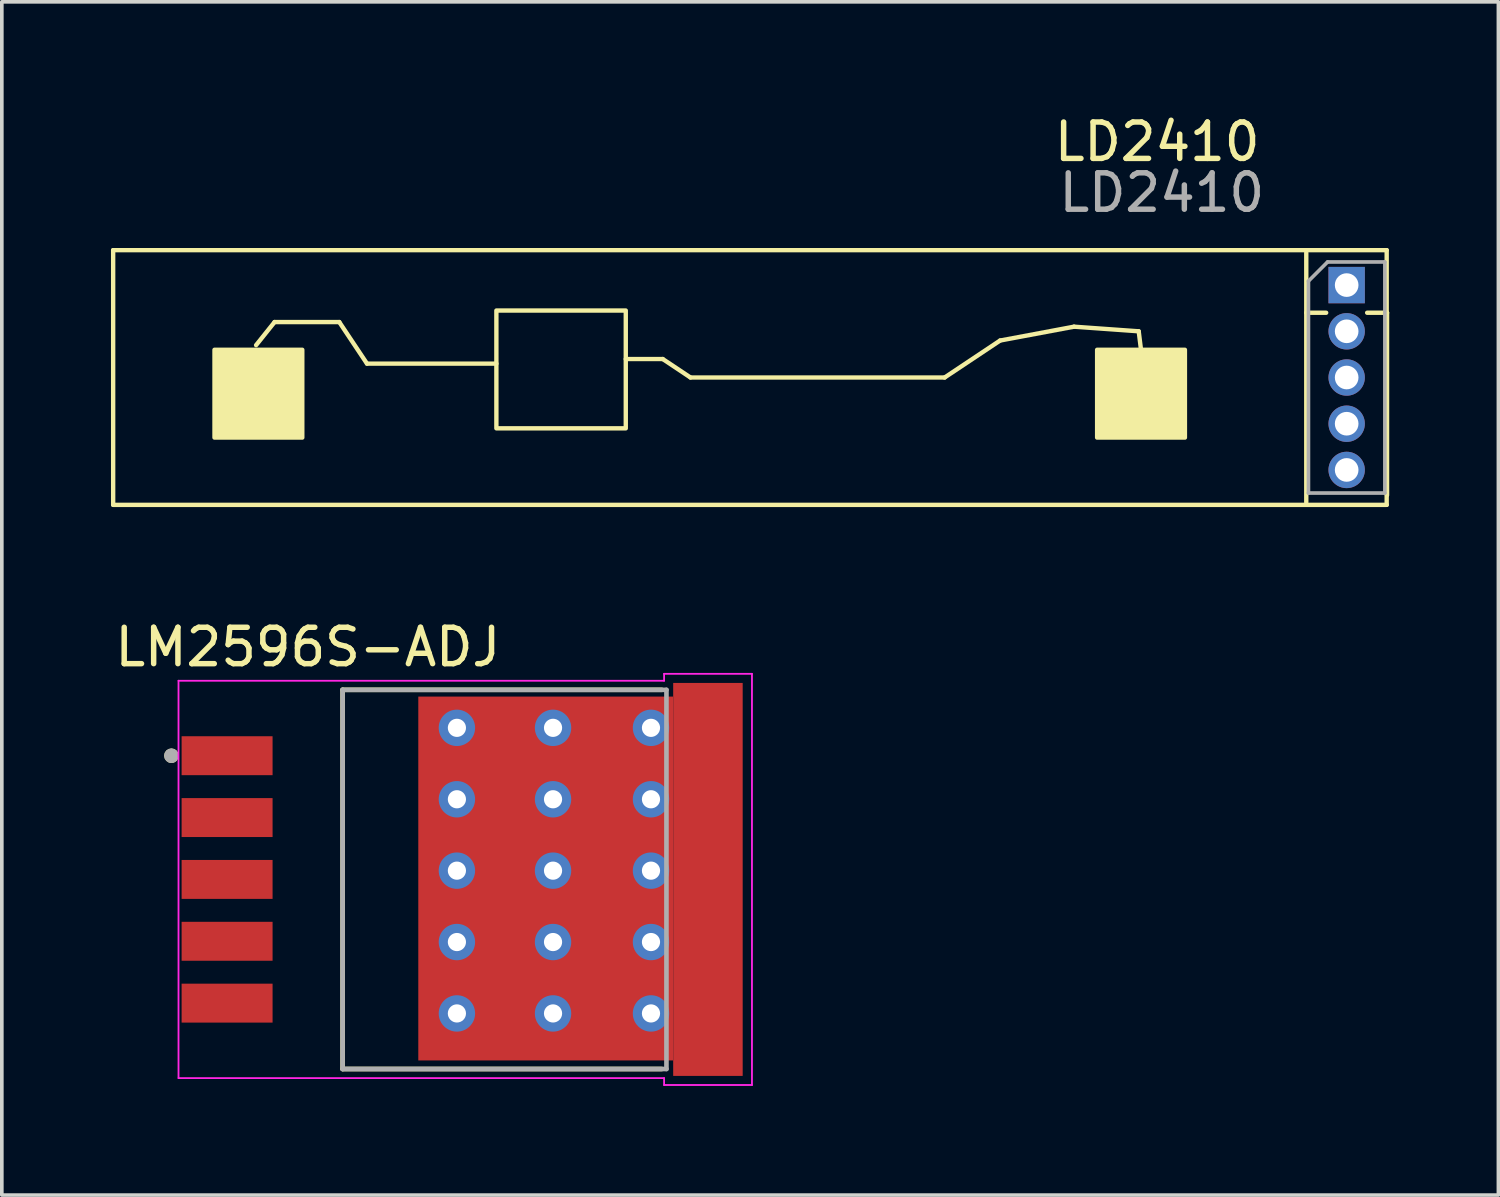
<source format=kicad_pcb>
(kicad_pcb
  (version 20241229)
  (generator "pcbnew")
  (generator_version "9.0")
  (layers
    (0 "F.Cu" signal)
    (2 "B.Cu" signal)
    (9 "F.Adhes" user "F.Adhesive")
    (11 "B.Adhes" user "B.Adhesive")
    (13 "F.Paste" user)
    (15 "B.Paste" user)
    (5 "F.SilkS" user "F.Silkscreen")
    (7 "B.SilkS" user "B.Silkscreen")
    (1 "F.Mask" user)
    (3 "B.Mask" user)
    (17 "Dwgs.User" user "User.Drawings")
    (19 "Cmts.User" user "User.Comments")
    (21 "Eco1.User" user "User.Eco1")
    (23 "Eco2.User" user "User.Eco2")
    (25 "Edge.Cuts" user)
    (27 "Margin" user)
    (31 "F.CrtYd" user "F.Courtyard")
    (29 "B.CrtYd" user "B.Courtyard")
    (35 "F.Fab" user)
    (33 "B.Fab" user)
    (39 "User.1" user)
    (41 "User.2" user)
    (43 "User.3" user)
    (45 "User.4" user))
  (footprint "LM2596S-ADJ"
    (layer "F.Cu")
    (at 9.736 21.119)
    (property "Reference" "LM2596S-ADJ" (at -4.325 -6.385 0) (layer "F.SilkS") (effects (font (size 1 1) (thickness 0.15))))
    (attr smd)
    (fp_line (start -3.37 -5.21) (end -3.37 5.21) (stroke (width 0.127) (type solid)) (layer "F.SilkS"))
    (fp_line (start -3.37 -5.21) (end 5.402 -5.21) (stroke (width 0.127) (type solid)) (layer "F.SilkS"))
    (fp_line (start -3.37 5.21) (end 5.402 5.21) (stroke (width 0.127) (type solid)) (layer "F.SilkS"))
    (fp_circle (center -8.075 -3.4) (end -7.975 -3.4) (stroke (width 0.2) (type solid)) (fill no) (layer "F.SilkS"))
    (fp_poly (pts (xy 1.005 -3.93) (xy 2.595 -3.93) (xy 2.595 -2.71) (xy 1.005 -2.71)) (stroke (width 0.01) (type solid)) (fill yes) (layer "F.Paste"))
    (fp_poly (pts (xy 1.005 -2.27) (xy 2.595 -2.27) (xy 2.595 -1.05) (xy 1.005 -1.05)) (stroke (width 0.01) (type solid)) (fill yes) (layer "F.Paste"))
    (fp_poly (pts (xy 1.005 -0.61) (xy 2.595 -0.61) (xy 2.595 0.61) (xy 1.005 0.61)) (stroke (width 0.01) (type solid)) (fill yes) (layer "F.Paste"))
    (fp_poly (pts (xy 1.005 1.05) (xy 2.595 1.05) (xy 2.595 2.27) (xy 1.005 2.27)) (stroke (width 0.01) (type solid)) (fill yes) (layer "F.Paste"))
    (fp_poly (pts (xy 1.005 2.71) (xy 2.595 2.71) (xy 2.595 3.93) (xy 1.005 3.93)) (stroke (width 0.01) (type solid)) (fill yes) (layer "F.Paste"))
    (fp_poly (pts (xy 3.335 -3.93) (xy 4.925 -3.93) (xy 4.925 -2.71) (xy 3.335 -2.71)) (stroke (width 0.01) (type solid)) (fill yes) (layer "F.Paste"))
    (fp_poly (pts (xy 3.335 -2.27) (xy 4.925 -2.27) (xy 4.925 -1.05) (xy 3.335 -1.05)) (stroke (width 0.01) (type solid)) (fill yes) (layer "F.Paste"))
    (fp_poly (pts (xy 3.335 -0.61) (xy 4.925 -0.61) (xy 4.925 0.61) (xy 3.335 0.61)) (stroke (width 0.01) (type solid)) (fill yes) (layer "F.Paste"))
    (fp_poly (pts (xy 3.335 1.05) (xy 4.925 1.05) (xy 4.925 2.27) (xy 3.335 2.27)) (stroke (width 0.01) (type solid)) (fill yes) (layer "F.Paste"))
    (fp_poly (pts (xy 3.335 2.71) (xy 4.925 2.71) (xy 4.925 3.93) (xy 3.335 3.93)) (stroke (width 0.01) (type solid)) (fill yes) (layer "F.Paste"))
    (fp_poly (pts (xy 5.665 -3.93) (xy 7.255 -3.93) (xy 7.255 -2.71) (xy 5.665 -2.71)) (stroke (width 0.01) (type solid)) (fill yes) (layer "F.Paste"))
    (fp_poly (pts (xy 5.665 -2.27) (xy 7.255 -2.27) (xy 7.255 -1.05) (xy 5.665 -1.05)) (stroke (width 0.01) (type solid)) (fill yes) (layer "F.Paste"))
    (fp_poly (pts (xy 5.665 1.05) (xy 7.255 1.05) (xy 7.255 2.27) (xy 5.665 2.27)) (stroke (width 0.01) (type solid)) (fill yes) (layer "F.Paste"))
    (fp_poly (pts (xy 5.665 2.71) (xy 7.255 2.71) (xy 7.255 3.93) (xy 5.665 3.93)) (stroke (width 0.01) (type solid)) (fill yes) (layer "F.Paste"))
    (fp_line (start -7.88 -5.46) (end -7.88 5.46) (stroke (width 0.05) (type solid)) (layer "F.CrtYd"))
    (fp_line (start -7.88 5.46) (end 5.465 5.46) (stroke (width 0.05) (type solid)) (layer "F.CrtYd"))
    (fp_line (start 5.465 -5.65) (end 5.465 -5.46) (stroke (width 0.05) (type solid)) (layer "F.CrtYd"))
    (fp_line (start 5.465 -5.46) (end -7.88 -5.46) (stroke (width 0.05) (type solid)) (layer "F.CrtYd"))
    (fp_line (start 5.465 5.46) (end 5.465 5.65) (stroke (width 0.05) (type solid)) (layer "F.CrtYd"))
    (fp_line (start 5.465 5.65) (end 7.88 5.65) (stroke (width 0.05) (type solid)) (layer "F.CrtYd"))
    (fp_line (start 7.88 -5.65) (end 5.465 -5.65) (stroke (width 0.05) (type solid)) (layer "F.CrtYd"))
    (fp_line (start 7.88 5.65) (end 7.88 -5.65) (stroke (width 0.05) (type solid)) (layer "F.CrtYd"))
    (fp_line (start -3.37 -5.21) (end -3.37 5.21) (stroke (width 0.127) (type solid)) (layer "F.Fab"))
    (fp_line (start -3.37 5.21) (end 5.53 5.21) (stroke (width 0.127) (type solid)) (layer "F.Fab"))
    (fp_line (start 5.53 -5.21) (end -3.37 -5.21) (stroke (width 0.127) (type solid)) (layer "F.Fab"))
    (fp_line (start 5.53 5.21) (end 5.53 -5.21) (stroke (width 0.127) (type solid)) (layer "F.Fab"))
    (fp_circle (center -8.075 -3.4) (end -7.975 -3.4) (stroke (width 0.2) (type solid)) (fill no) (layer "F.Fab"))
    (pad "1" smd rect (at -6.545 -3.4) (size 2.5 1.07) (layers "F.Cu" "F.Mask" "F.Paste"))
    (pad "2" smd rect (at -6.545 -1.7) (size 2.5 1.07) (layers "F.Cu" "F.Mask" "F.Paste"))
    (pad "3" smd rect (at -6.545 0) (size 2.5 1.07) (layers "F.Cu" "F.Mask" "F.Paste"))
    (pad "4" smd rect (at -6.545 1.7) (size 2.5 1.07) (layers "F.Cu" "F.Mask" "F.Paste"))
    (pad "5" smd rect (at -6.545 3.4) (size 2.5 1.07) (layers "F.Cu" "F.Mask" "F.Paste"))
    (pad "6" thru_hole circle (at -0.229 -4.166) (size 1 1) (drill 0.5) (layers "*.Cu" "*.Mask"))
    (pad "6" thru_hole circle (at -0.229 -2.203) (size 1 1) (drill 0.5) (layers "*.Cu" "*.Mask"))
    (pad "6" thru_hole circle (at -0.229 -0.241) (size 1 1) (drill 0.5) (layers "*.Cu" "*.Mask"))
    (pad "6" thru_hole circle (at -0.229 1.721) (size 1 1) (drill 0.5) (layers "*.Cu" "*.Mask"))
    (pad "6" thru_hole circle (at -0.229 3.683) (size 1 1) (drill 0.5) (layers "*.Cu" "*.Mask"))
    (pad "6" smd rect (at 2.21 -0.025) (size 7 10) (layers "F.Cu" "F.Mask"))
    (pad "6" thru_hole circle (at 2.413 -4.166) (size 1 1) (drill 0.5) (layers "*.Cu" "*.Mask"))
    (pad "6" thru_hole circle (at 2.413 -2.203) (size 1 1) (drill 0.5) (layers "*.Cu" "*.Mask"))
    (pad "6" thru_hole circle (at 2.413 -0.241) (size 1 1) (drill 0.5) (layers "*.Cu" "*.Mask"))
    (pad "6" thru_hole circle (at 2.413 1.721) (size 1 1) (drill 0.5) (layers "*.Cu" "*.Mask"))
    (pad "6" thru_hole circle (at 2.413 3.683) (size 1 1) (drill 0.5) (layers "*.Cu" "*.Mask"))
    (pad "6" thru_hole circle (at 5.105 -4.166) (size 1 1) (drill 0.5) (layers "*.Cu" "*.Mask"))
    (pad "6" thru_hole circle (at 5.105 -2.203) (size 1 1) (drill 0.5) (layers "*.Cu" "*.Mask"))
    (pad "6" thru_hole circle (at 5.105 -0.241) (size 1 1) (drill 0.5) (layers "*.Cu" "*.Mask"))
    (pad "6" thru_hole circle (at 5.105 1.721) (size 1 1) (drill 0.5) (layers "*.Cu" "*.Mask"))
    (pad "6" thru_hole circle (at 5.105 3.683) (size 1 1) (drill 0.5) (layers "*.Cu" "*.Mask"))
    (pad "6" smd rect (at 6.67 0) (size 1.91 10.8) (layers "F.Cu" "F.Mask")))
  (footprint "LD2410"
    (layer "F.Cu")
    (at 33.96 7.325)
    (property "Reference" "LD2410" (at -5.207 -6.477 0) (unlocked yes) (layer "F.SilkS") (effects (font (size 1 1) (thickness 0.15))))
    (fp_line (start -33.9 3.5) (end -33.9 -3.5) (stroke (width 0.12) (type solid)) (layer "F.SilkS"))
    (fp_line (start -29.972 -0.889) (end -29.464 -1.524) (stroke (width 0.12) (type solid)) (layer "F.SilkS"))
    (fp_line (start -29.464 -1.524) (end -27.686 -1.524) (stroke (width 0.12) (type solid)) (layer "F.SilkS"))
    (fp_line (start -27.686 -1.524) (end -26.924 -0.381) (stroke (width 0.12) (type solid)) (layer "F.SilkS"))
    (fp_line (start -26.924 -0.381) (end -23.368 -0.381) (stroke (width 0.12) (type solid)) (layer "F.SilkS"))
    (fp_line (start -19.812 -0.508) (end -18.796 -0.508) (stroke (width 0.12) (type solid)) (layer "F.SilkS"))
    (fp_line (start -18.796 -0.508) (end -18.034 0) (stroke (width 0.12) (type solid)) (layer "F.SilkS"))
    (fp_line (start -18.034 0) (end -11.049 0) (stroke (width 0.12) (type solid)) (layer "F.SilkS"))
    (fp_line (start -11.049 0) (end -9.525 -1.016) (stroke (width 0.12) (type solid)) (layer "F.SilkS"))
    (fp_line (start -9.525 -1.016) (end -7.493 -1.397) (stroke (width 0.12) (type solid)) (layer "F.SilkS"))
    (fp_line (start -7.493 -1.397) (end -5.715 -1.27) (stroke (width 0.12) (type solid)) (layer "F.SilkS"))
    (fp_line (start -5.715 -1.27) (end -5.652 -0.762) (stroke (width 0.12) (type solid)) (layer "F.SilkS"))
    (fp_line (start -1.11 -3.429) (end -1.11 3.429) (stroke (width 0.12) (type solid)) (layer "F.SilkS"))
    (fp_line (start -1.11 -1.78) (end -0.563 -1.78) (stroke (width 0.12) (type solid)) (layer "F.SilkS"))
    (fp_line (start 0.563 -1.78) (end 1.11 -1.78) (stroke (width 0.12) (type solid)) (layer "F.SilkS"))
    (fp_line (start 1.1 -3.5) (end -33.9 -3.5) (stroke (width 0.12) (type solid)) (layer "F.SilkS"))
    (fp_line (start 1.1 3.5) (end -33.9 3.5) (stroke (width 0.12) (type solid)) (layer "F.SilkS"))
    (fp_line (start 1.1 3.5) (end 1.1 -3.5) (stroke (width 0.12) (type solid)) (layer "F.SilkS"))
    (fp_line (start 1.11 -1.78) (end 1.11 3.235) (stroke (width 0.12) (type solid)) (layer "F.SilkS"))
    (fp_rect (start -31.115 -0.762) (end -28.702 1.651) (stroke (width 0.12) (type solid)) (fill yes) (layer "F.SilkS"))
    (fp_rect (start -23.368 -1.841) (end -19.812 1.397) (stroke (width 0.12) (type solid)) (fill no) (layer "F.SilkS"))
    (fp_rect (start -6.858 -0.762) (end -4.445 1.651) (stroke (width 0.12) (type solid)) (fill yes) (layer "F.SilkS"))
    (fp_line (start -1.05 -2.65) (end -0.525 -3.175) (stroke (width 0.1) (type solid)) (layer "F.Fab"))
    (fp_line (start -1.05 3.175) (end -1.05 -2.65) (stroke (width 0.1) (type solid)) (layer "F.Fab"))
    (fp_line (start -0.525 -3.175) (end 1.05 -3.175) (stroke (width 0.1) (type solid)) (layer "F.Fab"))
    (fp_line (start 1.05 -3.175) (end 1.05 3.175) (stroke (width 0.1) (type solid)) (layer "F.Fab"))
    (fp_line (start 1.05 3.175) (end -1.05 3.175) (stroke (width 0.1) (type solid)) (layer "F.Fab"))
    (fp_text user "${REFERENCE}" (at -5.08 -5.08 0) (unlocked yes) (layer "F.Fab") (effects (font (size 1 1) (thickness 0.15))))
    (pad "1" thru_hole rect (at 0 -2.54) (size 1 1) (drill 0.65) (layers "*.Cu" "*.Mask"))
    (pad "2" thru_hole oval (at 0 -1.27) (size 1 1) (drill 0.65) (layers "*.Cu" "*.Mask"))
    (pad "3" thru_hole oval (at 0 0) (size 1 1) (drill 0.65) (layers "*.Cu" "*.Mask"))
    (pad "4" thru_hole oval (at 0 1.27) (size 1 1) (drill 0.65) (layers "*.Cu" "*.Mask"))
    (pad "5" thru_hole oval (at 0 2.54) (size 1 1) (drill 0.65) (layers "*.Cu" "*.Mask")))
  (gr_rect
    (start -3 -3)
    (end 38.13 29.794)
    (stroke (width 0.1) (type default))
    (fill no)
    (layer "Edge.Cuts")))
</source>
